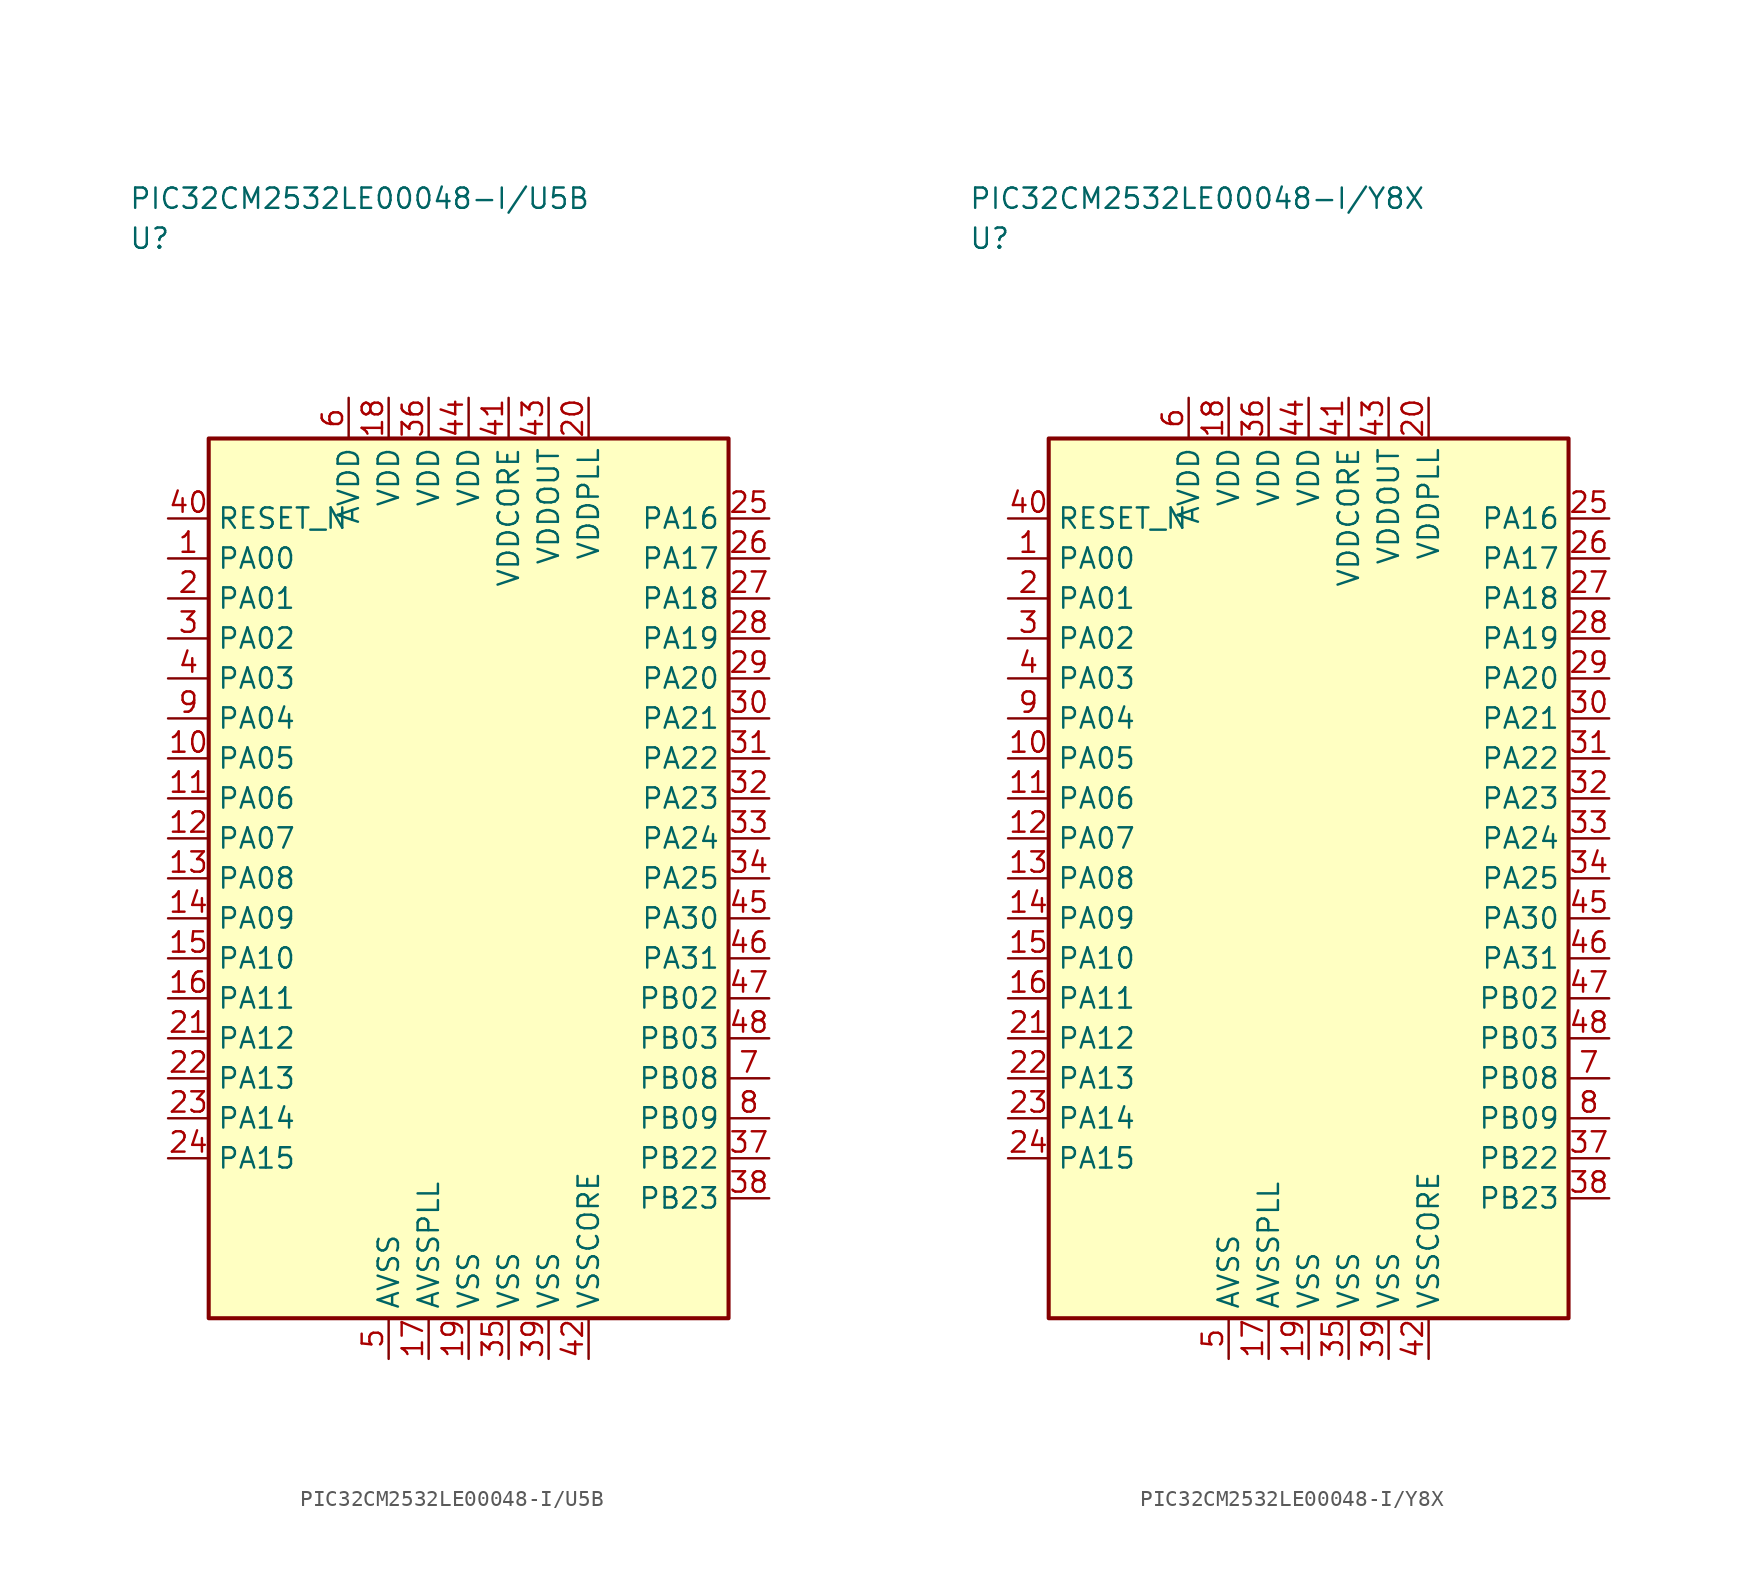
<source format=kicad_sym>
(kicad_symbol_lib
  (version 20241025)
  (generator "kicad_symbol_editor")
  (generator_version "8.0")
  (symbol "PIC32CM2532LE00048-I/U5B"
    (property "Reference" "U"
      (at -21.25 40.0 0)
      (effects (font (size 1.27 1.27)) (justify left)))
    (property "Value" "PIC32CM2532LE00048-I/U5B"
      (at -21.25 42.5 0)
      (effects (font (size 1.27 1.27)) (justify left)))
    (symbol "PIC32CM2532LE00048-I/U5B_0_1"
      (rectangle (start -16.25 27.5) (end 16.25 -27.5) (stroke (width 0.254) (type default)) (fill (type background))))
    (symbol "PIC32CM2532LE00048-I/U5B_1_1"
      (pin bidirectional line (at -18.79 20.0 0.0) (length 2.54) (name "PA00" (effects (font (size 1.27 1.27)))) (number "1" (effects (font (size 1.27 1.27)))))
      (pin bidirectional line (at -18.79 17.5 0.0) (length 2.54) (name "PA01" (effects (font (size 1.27 1.27)))) (number "2" (effects (font (size 1.27 1.27)))))
      (pin bidirectional line (at -18.79 15.0 0.0) (length 2.54) (name "PA02" (effects (font (size 1.27 1.27)))) (number "3" (effects (font (size 1.27 1.27)))))
      (pin bidirectional line (at -18.79 12.5 0.0) (length 2.54) (name "PA03" (effects (font (size 1.27 1.27)))) (number "4" (effects (font (size 1.27 1.27)))))
      (pin passive line (at -5.0 -30.04 90.0) (length 2.54) (name "AVSS" (effects (font (size 1.27 1.27)))) (number "5" (effects (font (size 1.27 1.27)))))
      (pin power_in line (at -7.5 30.04 270.0) (length 2.54) (name "AVDD" (effects (font (size 1.27 1.27)))) (number "6" (effects (font (size 1.27 1.27)))))
      (pin bidirectional line (at 18.79 -12.5 180.0) (length 2.54) (name "PB08" (effects (font (size 1.27 1.27)))) (number "7" (effects (font (size 1.27 1.27)))))
      (pin bidirectional line (at 18.79 -15.0 180.0) (length 2.54) (name "PB09" (effects (font (size 1.27 1.27)))) (number "8" (effects (font (size 1.27 1.27)))))
      (pin bidirectional line (at -18.79 10.0 0.0) (length 2.54) (name "PA04" (effects (font (size 1.27 1.27)))) (number "9" (effects (font (size 1.27 1.27)))))
      (pin bidirectional line (at -18.79 7.5 0.0) (length 2.54) (name "PA05" (effects (font (size 1.27 1.27)))) (number "10" (effects (font (size 1.27 1.27)))))
      (pin bidirectional line (at -18.79 5.0 0.0) (length 2.54) (name "PA06" (effects (font (size 1.27 1.27)))) (number "11" (effects (font (size 1.27 1.27)))))
      (pin bidirectional line (at -18.79 2.5 0.0) (length 2.54) (name "PA07" (effects (font (size 1.27 1.27)))) (number "12" (effects (font (size 1.27 1.27)))))
      (pin bidirectional line (at -18.79 0.0 0.0) (length 2.54) (name "PA08" (effects (font (size 1.27 1.27)))) (number "13" (effects (font (size 1.27 1.27)))))
      (pin bidirectional line (at -18.79 -2.5 0.0) (length 2.54) (name "PA09" (effects (font (size 1.27 1.27)))) (number "14" (effects (font (size 1.27 1.27)))))
      (pin bidirectional line (at -18.79 -5.0 0.0) (length 2.54) (name "PA10" (effects (font (size 1.27 1.27)))) (number "15" (effects (font (size 1.27 1.27)))))
      (pin bidirectional line (at -18.79 -7.5 0.0) (length 2.54) (name "PA11" (effects (font (size 1.27 1.27)))) (number "16" (effects (font (size 1.27 1.27)))))
      (pin passive line (at -2.5 -30.04 90.0) (length 2.54) (name "AVSSPLL" (effects (font (size 1.27 1.27)))) (number "17" (effects (font (size 1.27 1.27)))))
      (pin power_in line (at -5.0 30.04 270.0) (length 2.54) (name "VDD" (effects (font (size 1.27 1.27)))) (number "18" (effects (font (size 1.27 1.27)))))
      (pin passive line (at 0.0 -30.04 90.0) (length 2.54) (name "VSS" (effects (font (size 1.27 1.27)))) (number "19" (effects (font (size 1.27 1.27)))))
      (pin power_in line (at 7.5 30.04 270.0) (length 2.54) (name "VDDPLL" (effects (font (size 1.27 1.27)))) (number "20" (effects (font (size 1.27 1.27)))))
      (pin bidirectional line (at -18.79 -10.0 0.0) (length 2.54) (name "PA12" (effects (font (size 1.27 1.27)))) (number "21" (effects (font (size 1.27 1.27)))))
      (pin bidirectional line (at -18.79 -12.5 0.0) (length 2.54) (name "PA13" (effects (font (size 1.27 1.27)))) (number "22" (effects (font (size 1.27 1.27)))))
      (pin bidirectional line (at -18.79 -15.0 0.0) (length 2.54) (name "PA14" (effects (font (size 1.27 1.27)))) (number "23" (effects (font (size 1.27 1.27)))))
      (pin bidirectional line (at -18.79 -17.5 0.0) (length 2.54) (name "PA15" (effects (font (size 1.27 1.27)))) (number "24" (effects (font (size 1.27 1.27)))))
      (pin bidirectional line (at 18.79 22.5 180.0) (length 2.54) (name "PA16" (effects (font (size 1.27 1.27)))) (number "25" (effects (font (size 1.27 1.27)))))
      (pin bidirectional line (at 18.79 20.0 180.0) (length 2.54) (name "PA17" (effects (font (size 1.27 1.27)))) (number "26" (effects (font (size 1.27 1.27)))))
      (pin bidirectional line (at 18.79 17.5 180.0) (length 2.54) (name "PA18" (effects (font (size 1.27 1.27)))) (number "27" (effects (font (size 1.27 1.27)))))
      (pin bidirectional line (at 18.79 15.0 180.0) (length 2.54) (name "PA19" (effects (font (size 1.27 1.27)))) (number "28" (effects (font (size 1.27 1.27)))))
      (pin bidirectional line (at 18.79 12.5 180.0) (length 2.54) (name "PA20" (effects (font (size 1.27 1.27)))) (number "29" (effects (font (size 1.27 1.27)))))
      (pin bidirectional line (at 18.79 10.0 180.0) (length 2.54) (name "PA21" (effects (font (size 1.27 1.27)))) (number "30" (effects (font (size 1.27 1.27)))))
      (pin bidirectional line (at 18.79 7.5 180.0) (length 2.54) (name "PA22" (effects (font (size 1.27 1.27)))) (number "31" (effects (font (size 1.27 1.27)))))
      (pin bidirectional line (at 18.79 5.0 180.0) (length 2.54) (name "PA23" (effects (font (size 1.27 1.27)))) (number "32" (effects (font (size 1.27 1.27)))))
      (pin bidirectional line (at 18.79 2.5 180.0) (length 2.54) (name "PA24" (effects (font (size 1.27 1.27)))) (number "33" (effects (font (size 1.27 1.27)))))
      (pin bidirectional line (at 18.79 0.0 180.0) (length 2.54) (name "PA25" (effects (font (size 1.27 1.27)))) (number "34" (effects (font (size 1.27 1.27)))))
      (pin passive line (at 2.5 -30.04 90.0) (length 2.54) (name "VSS" (effects (font (size 1.27 1.27)))) (number "35" (effects (font (size 1.27 1.27)))))
      (pin power_in line (at -2.5 30.04 270.0) (length 2.54) (name "VDD" (effects (font (size 1.27 1.27)))) (number "36" (effects (font (size 1.27 1.27)))))
      (pin bidirectional line (at 18.79 -17.5 180.0) (length 2.54) (name "PB22" (effects (font (size 1.27 1.27)))) (number "37" (effects (font (size 1.27 1.27)))))
      (pin bidirectional line (at 18.79 -20.0 180.0) (length 2.54) (name "PB23" (effects (font (size 1.27 1.27)))) (number "38" (effects (font (size 1.27 1.27)))))
      (pin passive line (at 5.0 -30.04 90.0) (length 2.54) (name "VSS" (effects (font (size 1.27 1.27)))) (number "39" (effects (font (size 1.27 1.27)))))
      (pin input line (at -18.79 22.5 0.0) (length 2.54) (name "RESET_N" (effects (font (size 1.27 1.27)))) (number "40" (effects (font (size 1.27 1.27)))))
      (pin power_in line (at 2.5 30.04 270.0) (length 2.54) (name "VDDCORE" (effects (font (size 1.27 1.27)))) (number "41" (effects (font (size 1.27 1.27)))))
      (pin passive line (at 7.5 -30.04 90.0) (length 2.54) (name "VSSCORE" (effects (font (size 1.27 1.27)))) (number "42" (effects (font (size 1.27 1.27)))))
      (pin power_in line (at 5.0 30.04 270.0) (length 2.54) (name "VDDOUT" (effects (font (size 1.27 1.27)))) (number "43" (effects (font (size 1.27 1.27)))))
      (pin power_in line (at 0.0 30.04 270.0) (length 2.54) (name "VDD" (effects (font (size 1.27 1.27)))) (number "44" (effects (font (size 1.27 1.27)))))
      (pin bidirectional line (at 18.79 -2.5 180.0) (length 2.54) (name "PA30" (effects (font (size 1.27 1.27)))) (number "45" (effects (font (size 1.27 1.27)))))
      (pin bidirectional line (at 18.79 -5.0 180.0) (length 2.54) (name "PA31" (effects (font (size 1.27 1.27)))) (number "46" (effects (font (size 1.27 1.27)))))
      (pin bidirectional line (at 18.79 -7.5 180.0) (length 2.54) (name "PB02" (effects (font (size 1.27 1.27)))) (number "47" (effects (font (size 1.27 1.27)))))
      (pin bidirectional line (at 18.79 -10.0 180.0) (length 2.54) (name "PB03" (effects (font (size 1.27 1.27)))) (number "48" (effects (font (size 1.27 1.27)))))))
  (symbol "PIC32CM2532LE00048-I/Y8X"
    (property "Reference" "U"
      (at -21.25 40.0 0)
      (effects (font (size 1.27 1.27)) (justify left)))
    (property "Value" "PIC32CM2532LE00048-I/Y8X"
      (at -21.25 42.5 0)
      (effects (font (size 1.27 1.27)) (justify left)))
    (symbol "PIC32CM2532LE00048-I/Y8X_0_1"
      (rectangle (start -16.25 27.5) (end 16.25 -27.5) (stroke (width 0.254) (type default)) (fill (type background))))
    (symbol "PIC32CM2532LE00048-I/Y8X_1_1"
      (pin bidirectional line (at -18.79 20.0 0.0) (length 2.54) (name "PA00" (effects (font (size 1.27 1.27)))) (number "1" (effects (font (size 1.27 1.27)))))
      (pin bidirectional line (at -18.79 17.5 0.0) (length 2.54) (name "PA01" (effects (font (size 1.27 1.27)))) (number "2" (effects (font (size 1.27 1.27)))))
      (pin bidirectional line (at -18.79 15.0 0.0) (length 2.54) (name "PA02" (effects (font (size 1.27 1.27)))) (number "3" (effects (font (size 1.27 1.27)))))
      (pin bidirectional line (at -18.79 12.5 0.0) (length 2.54) (name "PA03" (effects (font (size 1.27 1.27)))) (number "4" (effects (font (size 1.27 1.27)))))
      (pin passive line (at -5.0 -30.04 90.0) (length 2.54) (name "AVSS" (effects (font (size 1.27 1.27)))) (number "5" (effects (font (size 1.27 1.27)))))
      (pin power_in line (at -7.5 30.04 270.0) (length 2.54) (name "AVDD" (effects (font (size 1.27 1.27)))) (number "6" (effects (font (size 1.27 1.27)))))
      (pin bidirectional line (at 18.79 -12.5 180.0) (length 2.54) (name "PB08" (effects (font (size 1.27 1.27)))) (number "7" (effects (font (size 1.27 1.27)))))
      (pin bidirectional line (at 18.79 -15.0 180.0) (length 2.54) (name "PB09" (effects (font (size 1.27 1.27)))) (number "8" (effects (font (size 1.27 1.27)))))
      (pin bidirectional line (at -18.79 10.0 0.0) (length 2.54) (name "PA04" (effects (font (size 1.27 1.27)))) (number "9" (effects (font (size 1.27 1.27)))))
      (pin bidirectional line (at -18.79 7.5 0.0) (length 2.54) (name "PA05" (effects (font (size 1.27 1.27)))) (number "10" (effects (font (size 1.27 1.27)))))
      (pin bidirectional line (at -18.79 5.0 0.0) (length 2.54) (name "PA06" (effects (font (size 1.27 1.27)))) (number "11" (effects (font (size 1.27 1.27)))))
      (pin bidirectional line (at -18.79 2.5 0.0) (length 2.54) (name "PA07" (effects (font (size 1.27 1.27)))) (number "12" (effects (font (size 1.27 1.27)))))
      (pin bidirectional line (at -18.79 0.0 0.0) (length 2.54) (name "PA08" (effects (font (size 1.27 1.27)))) (number "13" (effects (font (size 1.27 1.27)))))
      (pin bidirectional line (at -18.79 -2.5 0.0) (length 2.54) (name "PA09" (effects (font (size 1.27 1.27)))) (number "14" (effects (font (size 1.27 1.27)))))
      (pin bidirectional line (at -18.79 -5.0 0.0) (length 2.54) (name "PA10" (effects (font (size 1.27 1.27)))) (number "15" (effects (font (size 1.27 1.27)))))
      (pin bidirectional line (at -18.79 -7.5 0.0) (length 2.54) (name "PA11" (effects (font (size 1.27 1.27)))) (number "16" (effects (font (size 1.27 1.27)))))
      (pin passive line (at -2.5 -30.04 90.0) (length 2.54) (name "AVSSPLL" (effects (font (size 1.27 1.27)))) (number "17" (effects (font (size 1.27 1.27)))))
      (pin power_in line (at -5.0 30.04 270.0) (length 2.54) (name "VDD" (effects (font (size 1.27 1.27)))) (number "18" (effects (font (size 1.27 1.27)))))
      (pin passive line (at 0.0 -30.04 90.0) (length 2.54) (name "VSS" (effects (font (size 1.27 1.27)))) (number "19" (effects (font (size 1.27 1.27)))))
      (pin power_in line (at 7.5 30.04 270.0) (length 2.54) (name "VDDPLL" (effects (font (size 1.27 1.27)))) (number "20" (effects (font (size 1.27 1.27)))))
      (pin bidirectional line (at -18.79 -10.0 0.0) (length 2.54) (name "PA12" (effects (font (size 1.27 1.27)))) (number "21" (effects (font (size 1.27 1.27)))))
      (pin bidirectional line (at -18.79 -12.5 0.0) (length 2.54) (name "PA13" (effects (font (size 1.27 1.27)))) (number "22" (effects (font (size 1.27 1.27)))))
      (pin bidirectional line (at -18.79 -15.0 0.0) (length 2.54) (name "PA14" (effects (font (size 1.27 1.27)))) (number "23" (effects (font (size 1.27 1.27)))))
      (pin bidirectional line (at -18.79 -17.5 0.0) (length 2.54) (name "PA15" (effects (font (size 1.27 1.27)))) (number "24" (effects (font (size 1.27 1.27)))))
      (pin bidirectional line (at 18.79 22.5 180.0) (length 2.54) (name "PA16" (effects (font (size 1.27 1.27)))) (number "25" (effects (font (size 1.27 1.27)))))
      (pin bidirectional line (at 18.79 20.0 180.0) (length 2.54) (name "PA17" (effects (font (size 1.27 1.27)))) (number "26" (effects (font (size 1.27 1.27)))))
      (pin bidirectional line (at 18.79 17.5 180.0) (length 2.54) (name "PA18" (effects (font (size 1.27 1.27)))) (number "27" (effects (font (size 1.27 1.27)))))
      (pin bidirectional line (at 18.79 15.0 180.0) (length 2.54) (name "PA19" (effects (font (size 1.27 1.27)))) (number "28" (effects (font (size 1.27 1.27)))))
      (pin bidirectional line (at 18.79 12.5 180.0) (length 2.54) (name "PA20" (effects (font (size 1.27 1.27)))) (number "29" (effects (font (size 1.27 1.27)))))
      (pin bidirectional line (at 18.79 10.0 180.0) (length 2.54) (name "PA21" (effects (font (size 1.27 1.27)))) (number "30" (effects (font (size 1.27 1.27)))))
      (pin bidirectional line (at 18.79 7.5 180.0) (length 2.54) (name "PA22" (effects (font (size 1.27 1.27)))) (number "31" (effects (font (size 1.27 1.27)))))
      (pin bidirectional line (at 18.79 5.0 180.0) (length 2.54) (name "PA23" (effects (font (size 1.27 1.27)))) (number "32" (effects (font (size 1.27 1.27)))))
      (pin bidirectional line (at 18.79 2.5 180.0) (length 2.54) (name "PA24" (effects (font (size 1.27 1.27)))) (number "33" (effects (font (size 1.27 1.27)))))
      (pin bidirectional line (at 18.79 0.0 180.0) (length 2.54) (name "PA25" (effects (font (size 1.27 1.27)))) (number "34" (effects (font (size 1.27 1.27)))))
      (pin passive line (at 2.5 -30.04 90.0) (length 2.54) (name "VSS" (effects (font (size 1.27 1.27)))) (number "35" (effects (font (size 1.27 1.27)))))
      (pin power_in line (at -2.5 30.04 270.0) (length 2.54) (name "VDD" (effects (font (size 1.27 1.27)))) (number "36" (effects (font (size 1.27 1.27)))))
      (pin bidirectional line (at 18.79 -17.5 180.0) (length 2.54) (name "PB22" (effects (font (size 1.27 1.27)))) (number "37" (effects (font (size 1.27 1.27)))))
      (pin bidirectional line (at 18.79 -20.0 180.0) (length 2.54) (name "PB23" (effects (font (size 1.27 1.27)))) (number "38" (effects (font (size 1.27 1.27)))))
      (pin passive line (at 5.0 -30.04 90.0) (length 2.54) (name "VSS" (effects (font (size 1.27 1.27)))) (number "39" (effects (font (size 1.27 1.27)))))
      (pin input line (at -18.79 22.5 0.0) (length 2.54) (name "RESET_N" (effects (font (size 1.27 1.27)))) (number "40" (effects (font (size 1.27 1.27)))))
      (pin power_in line (at 2.5 30.04 270.0) (length 2.54) (name "VDDCORE" (effects (font (size 1.27 1.27)))) (number "41" (effects (font (size 1.27 1.27)))))
      (pin passive line (at 7.5 -30.04 90.0) (length 2.54) (name "VSSCORE" (effects (font (size 1.27 1.27)))) (number "42" (effects (font (size 1.27 1.27)))))
      (pin power_in line (at 5.0 30.04 270.0) (length 2.54) (name "VDDOUT" (effects (font (size 1.27 1.27)))) (number "43" (effects (font (size 1.27 1.27)))))
      (pin power_in line (at 0.0 30.04 270.0) (length 2.54) (name "VDD" (effects (font (size 1.27 1.27)))) (number "44" (effects (font (size 1.27 1.27)))))
      (pin bidirectional line (at 18.79 -2.5 180.0) (length 2.54) (name "PA30" (effects (font (size 1.27 1.27)))) (number "45" (effects (font (size 1.27 1.27)))))
      (pin bidirectional line (at 18.79 -5.0 180.0) (length 2.54) (name "PA31" (effects (font (size 1.27 1.27)))) (number "46" (effects (font (size 1.27 1.27)))))
      (pin bidirectional line (at 18.79 -7.5 180.0) (length 2.54) (name "PB02" (effects (font (size 1.27 1.27)))) (number "47" (effects (font (size 1.27 1.27)))))
      (pin bidirectional line (at 18.79 -10.0 180.0) (length 2.54) (name "PB03" (effects (font (size 1.27 1.27)))) (number "48" (effects (font (size 1.27 1.27))))))))
</source>
